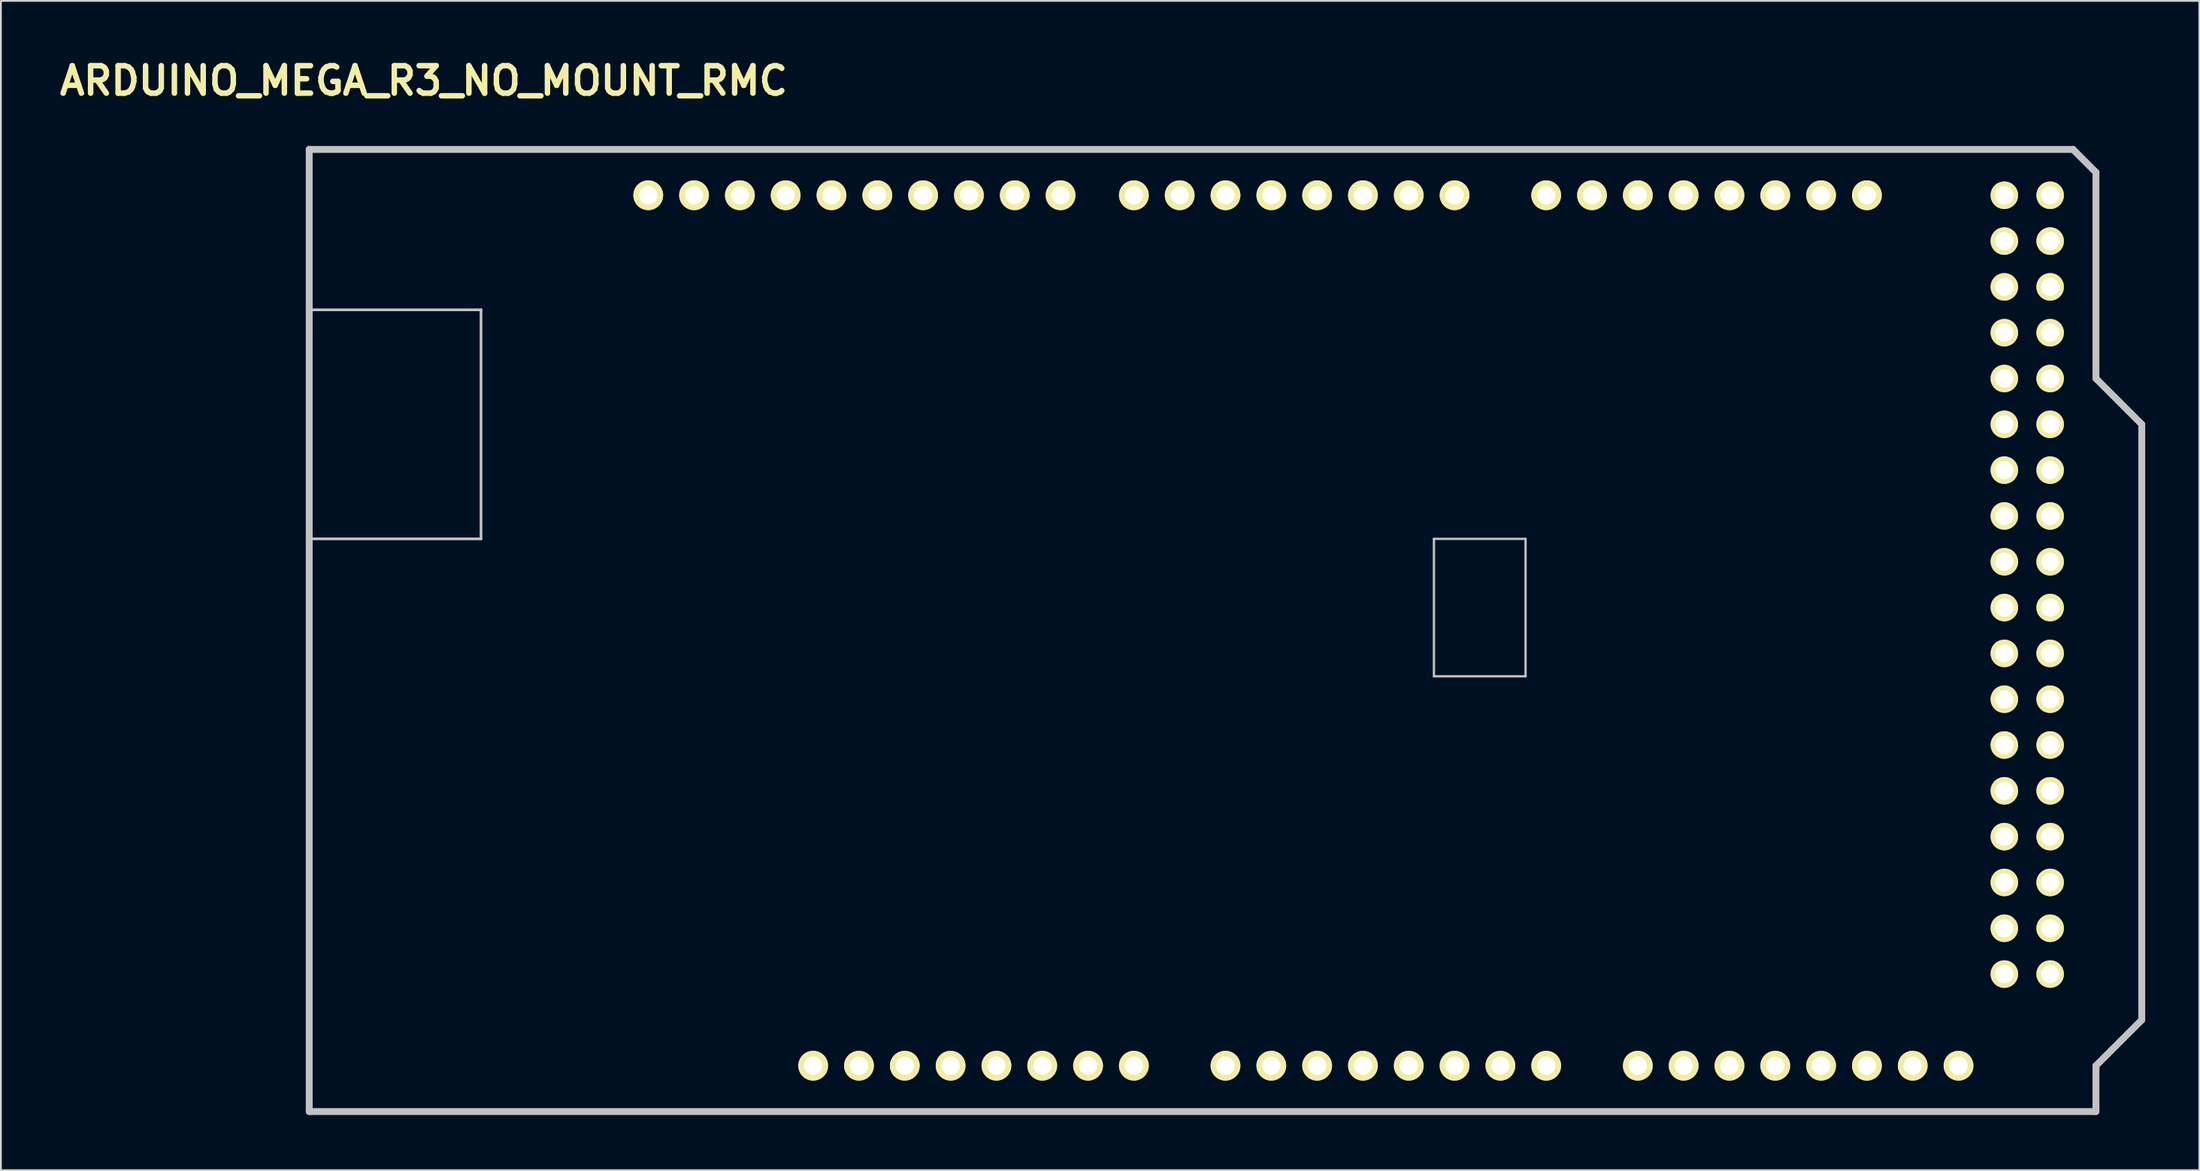
<source format=kicad_pcb>
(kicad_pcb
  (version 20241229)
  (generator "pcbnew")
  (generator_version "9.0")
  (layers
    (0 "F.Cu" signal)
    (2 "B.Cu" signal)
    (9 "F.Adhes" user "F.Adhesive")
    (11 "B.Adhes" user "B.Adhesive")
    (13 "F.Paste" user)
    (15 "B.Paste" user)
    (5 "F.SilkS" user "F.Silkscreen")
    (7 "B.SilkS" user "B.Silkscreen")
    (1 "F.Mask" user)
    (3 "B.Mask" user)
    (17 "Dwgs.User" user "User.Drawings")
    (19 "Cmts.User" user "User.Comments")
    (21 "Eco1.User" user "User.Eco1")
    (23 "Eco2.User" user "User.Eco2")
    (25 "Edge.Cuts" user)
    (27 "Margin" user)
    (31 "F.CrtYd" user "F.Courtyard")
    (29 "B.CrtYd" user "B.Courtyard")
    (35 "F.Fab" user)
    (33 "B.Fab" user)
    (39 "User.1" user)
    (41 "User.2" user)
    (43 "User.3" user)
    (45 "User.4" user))
  (footprint "ARDUINO_MEGA_R3_NO_MOUNT_RMC"
    (layer "F.Cu")
    (at 14.093 58.576)
    (property "Reference" "ARDUINO_MEGA_R3_NO_MOUNT_RMC" (at 6.35 -57.15 0) (layer "F.SilkS") (effects (font (size 1.524 1.524) (thickness 0.305))))
    (attr through_hole)
    (fp_line (start 0 -44.45) (end 9.525 -44.45) (stroke (width 0.15) (type solid)) (layer "Dwgs.User"))
    (fp_line (start 0 0) (end 0 -53.34) (stroke (width 0.381) (type solid)) (layer "Dwgs.User"))
    (fp_line (start 9.525 -44.45) (end 9.525 -31.75) (stroke (width 0.15) (type solid)) (layer "Dwgs.User"))
    (fp_line (start 9.525 -31.75) (end 0 -31.75) (stroke (width 0.15) (type solid)) (layer "Dwgs.User"))
    (fp_line (start 62.357 -31.75) (end 62.357 -24.13) (stroke (width 0.127) (type solid)) (layer "Dwgs.User"))
    (fp_line (start 62.357 -24.13) (end 67.437 -24.13) (stroke (width 0.127) (type solid)) (layer "Dwgs.User"))
    (fp_line (start 67.437 -31.75) (end 62.357 -31.75) (stroke (width 0.127) (type solid)) (layer "Dwgs.User"))
    (fp_line (start 67.437 -24.13) (end 67.437 -31.75) (stroke (width 0.127) (type solid)) (layer "Dwgs.User"))
    (fp_line (start 97.79 -53.34) (end 0 -53.34) (stroke (width 0.381) (type solid)) (layer "Dwgs.User"))
    (fp_line (start 99.06 -52.07) (end 97.79 -53.34) (stroke (width 0.381) (type solid)) (layer "Dwgs.User"))
    (fp_line (start 99.06 -40.64) (end 99.06 -52.07) (stroke (width 0.381) (type solid)) (layer "Dwgs.User"))
    (fp_line (start 99.06 -40.64) (end 101.6 -38.1) (stroke (width 0.381) (type solid)) (layer "Dwgs.User"))
    (fp_line (start 99.06 -2.54) (end 99.06 0) (stroke (width 0.381) (type solid)) (layer "Dwgs.User"))
    (fp_line (start 99.06 0) (end 0 0) (stroke (width 0.381) (type solid)) (layer "Dwgs.User"))
    (fp_line (start 101.6 -38.1) (end 101.6 -5.08) (stroke (width 0.381) (type solid)) (layer "Dwgs.User"))
    (fp_line (start 101.6 -5.08) (end 99.06 -2.54) (stroke (width 0.381) (type solid)) (layer "Dwgs.User"))
    (pad "0" thru_hole circle (at 63.5 -50.8 90) (size 1.651 1.651) (drill 1.016) (layers "*.Cu" "*.Mask" "F.SilkS"))
    (pad "1" thru_hole circle (at 60.96 -50.8 90) (size 1.651 1.651) (drill 1.016) (layers "*.Cu" "*.Mask" "F.SilkS"))
    (pad "2" thru_hole circle (at 58.42 -50.8 90) (size 1.651 1.651) (drill 1.016) (layers "*.Cu" "*.Mask" "F.SilkS"))
    (pad "3" thru_hole circle (at 55.88 -50.8 90) (size 1.651 1.651) (drill 1.016) (layers "*.Cu" "*.Mask" "F.SilkS"))
    (pad "3V3" thru_hole circle (at 35.56 -2.54 90) (size 1.651 1.651) (drill 1.016) (layers "*.Cu" "*.Mask" "F.SilkS"))
    (pad "4" thru_hole circle (at 53.34 -50.8 90) (size 1.651 1.651) (drill 1.016) (layers "*.Cu" "*.Mask" "F.SilkS"))
    (pad "5" thru_hole circle (at 50.8 -50.8 90) (size 1.651 1.651) (drill 1.016) (layers "*.Cu" "*.Mask" "F.SilkS"))
    (pad "5V" thru_hole circle (at 38.1 -2.54 90) (size 1.651 1.651) (drill 1.016) (layers "*.Cu" "*.Mask" "F.SilkS"))
    (pad "5V_4" thru_hole circle (at 93.98 -50.8) (size 1.524 1.524) (drill 1.016) (layers "*.Cu" "*.Mask" "F.SilkS"))
    (pad "5V_5" thru_hole circle (at 96.52 -50.8) (size 1.524 1.524) (drill 1.016) (layers "*.Cu" "*.Mask" "F.SilkS"))
    (pad "6" thru_hole circle (at 48.26 -50.8 90) (size 1.651 1.651) (drill 1.016) (layers "*.Cu" "*.Mask" "F.SilkS"))
    (pad "7" thru_hole circle (at 45.72 -50.8 90) (size 1.651 1.651) (drill 1.016) (layers "*.Cu" "*.Mask" "F.SilkS"))
    (pad "8" thru_hole circle (at 41.656 -50.8 90) (size 1.651 1.651) (drill 1.016) (layers "*.Cu" "*.Mask" "F.SilkS"))
    (pad "9" thru_hole circle (at 39.116 -50.8 90) (size 1.651 1.651) (drill 1.016) (layers "*.Cu" "*.Mask" "F.SilkS"))
    (pad "10" thru_hole circle (at 36.576 -50.8 90) (size 1.651 1.651) (drill 1.016) (layers "*.Cu" "*.Mask" "F.SilkS"))
    (pad "11" thru_hole circle (at 34.036 -50.8 90) (size 1.651 1.651) (drill 1.016) (layers "*.Cu" "*.Mask" "F.SilkS"))
    (pad "12" thru_hole circle (at 31.496 -50.8 90) (size 1.651 1.651) (drill 1.016) (layers "*.Cu" "*.Mask" "F.SilkS"))
    (pad "13" thru_hole circle (at 28.956 -50.8 90) (size 1.651 1.651) (drill 1.016) (layers "*.Cu" "*.Mask" "F.SilkS"))
    (pad "14" thru_hole circle (at 68.58 -50.8 90) (size 1.651 1.651) (drill 1.016) (layers "*.Cu" "*.Mask" "F.SilkS"))
    (pad "15" thru_hole circle (at 71.12 -50.8 90) (size 1.651 1.651) (drill 1.016) (layers "*.Cu" "*.Mask" "F.SilkS"))
    (pad "16" thru_hole circle (at 73.66 -50.8 90) (size 1.651 1.651) (drill 1.016) (layers "*.Cu" "*.Mask" "F.SilkS"))
    (pad "17" thru_hole circle (at 76.2 -50.8 90) (size 1.651 1.651) (drill 1.016) (layers "*.Cu" "*.Mask" "F.SilkS"))
    (pad "18" thru_hole circle (at 78.74 -50.8 90) (size 1.651 1.651) (drill 1.016) (layers "*.Cu" "*.Mask" "F.SilkS"))
    (pad "19" thru_hole circle (at 81.28 -50.8 90) (size 1.651 1.651) (drill 1.016) (layers "*.Cu" "*.Mask" "F.SilkS"))
    (pad "20" thru_hole circle (at 83.82 -50.8 90) (size 1.651 1.651) (drill 1.016) (layers "*.Cu" "*.Mask" "F.SilkS"))
    (pad "21" thru_hole circle (at 86.36 -50.8 90) (size 1.651 1.651) (drill 1.016) (layers "*.Cu" "*.Mask" "F.SilkS"))
    (pad "22" thru_hole circle (at 93.98 -48.26) (size 1.524 1.524) (drill 1.016) (layers "*.Cu" "*.Mask" "F.SilkS"))
    (pad "23" thru_hole circle (at 96.52 -48.26) (size 1.524 1.524) (drill 1.016) (layers "*.Cu" "*.Mask" "F.SilkS"))
    (pad "24" thru_hole circle (at 93.98 -45.72) (size 1.524 1.524) (drill 1.016) (layers "*.Cu" "*.Mask" "F.SilkS"))
    (pad "25" thru_hole circle (at 96.52 -45.72) (size 1.524 1.524) (drill 1.016) (layers "*.Cu" "*.Mask" "F.SilkS"))
    (pad "26" thru_hole circle (at 93.98 -43.18) (size 1.524 1.524) (drill 1.016) (layers "*.Cu" "*.Mask" "F.SilkS"))
    (pad "27" thru_hole circle (at 96.52 -43.18) (size 1.524 1.524) (drill 1.016) (layers "*.Cu" "*.Mask" "F.SilkS"))
    (pad "28" thru_hole circle (at 93.98 -40.64) (size 1.524 1.524) (drill 1.016) (layers "*.Cu" "*.Mask" "F.SilkS"))
    (pad "29" thru_hole circle (at 96.52 -40.64) (size 1.524 1.524) (drill 1.016) (layers "*.Cu" "*.Mask" "F.SilkS"))
    (pad "30" thru_hole circle (at 93.98 -38.1) (size 1.524 1.524) (drill 1.016) (layers "*.Cu" "*.Mask" "F.SilkS"))
    (pad "31" thru_hole circle (at 96.52 -38.1) (size 1.524 1.524) (drill 1.016) (layers "*.Cu" "*.Mask" "F.SilkS"))
    (pad "32" thru_hole circle (at 93.98 -35.56) (size 1.524 1.524) (drill 1.016) (layers "*.Cu" "*.Mask" "F.SilkS"))
    (pad "33" thru_hole circle (at 96.52 -35.56) (size 1.524 1.524) (drill 1.016) (layers "*.Cu" "*.Mask" "F.SilkS"))
    (pad "34" thru_hole circle (at 93.98 -33.02) (size 1.524 1.524) (drill 1.016) (layers "*.Cu" "*.Mask" "F.SilkS"))
    (pad "35" thru_hole circle (at 96.52 -33.02) (size 1.524 1.524) (drill 1.016) (layers "*.Cu" "*.Mask" "F.SilkS"))
    (pad "36" thru_hole circle (at 93.98 -30.48) (size 1.524 1.524) (drill 1.016) (layers "*.Cu" "*.Mask" "F.SilkS"))
    (pad "37" thru_hole circle (at 96.52 -30.48) (size 1.524 1.524) (drill 1.016) (layers "*.Cu" "*.Mask" "F.SilkS"))
    (pad "38" thru_hole circle (at 93.98 -27.94) (size 1.524 1.524) (drill 1.016) (layers "*.Cu" "*.Mask" "F.SilkS"))
    (pad "39" thru_hole circle (at 96.52 -27.94) (size 1.524 1.524) (drill 1.016) (layers "*.Cu" "*.Mask" "F.SilkS"))
    (pad "40" thru_hole circle (at 93.98 -25.4) (size 1.524 1.524) (drill 1.016) (layers "*.Cu" "*.Mask" "F.SilkS"))
    (pad "41" thru_hole circle (at 96.52 -25.4) (size 1.524 1.524) (drill 1.016) (layers "*.Cu" "*.Mask" "F.SilkS"))
    (pad "42" thru_hole circle (at 93.98 -22.86) (size 1.524 1.524) (drill 1.016) (layers "*.Cu" "*.Mask" "F.SilkS"))
    (pad "43" thru_hole circle (at 96.52 -22.86) (size 1.524 1.524) (drill 1.016) (layers "*.Cu" "*.Mask" "F.SilkS"))
    (pad "44" thru_hole circle (at 93.98 -20.32) (size 1.524 1.524) (drill 1.016) (layers "*.Cu" "*.Mask" "F.SilkS"))
    (pad "45" thru_hole circle (at 96.52 -20.32) (size 1.524 1.524) (drill 1.016) (layers "*.Cu" "*.Mask" "F.SilkS"))
    (pad "46" thru_hole circle (at 93.98 -17.78) (size 1.524 1.524) (drill 1.016) (layers "*.Cu" "*.Mask" "F.SilkS"))
    (pad "47" thru_hole circle (at 96.52 -17.78) (size 1.524 1.524) (drill 1.016) (layers "*.Cu" "*.Mask" "F.SilkS"))
    (pad "48" thru_hole circle (at 93.98 -15.24) (size 1.524 1.524) (drill 1.016) (layers "*.Cu" "*.Mask" "F.SilkS"))
    (pad "49" thru_hole circle (at 96.52 -15.24) (size 1.524 1.524) (drill 1.016) (layers "*.Cu" "*.Mask" "F.SilkS"))
    (pad "50" thru_hole circle (at 93.98 -12.7) (size 1.524 1.524) (drill 1.016) (layers "*.Cu" "*.Mask" "F.SilkS"))
    (pad "51" thru_hole circle (at 96.52 -12.7) (size 1.524 1.524) (drill 1.016) (layers "*.Cu" "*.Mask" "F.SilkS"))
    (pad "52" thru_hole circle (at 93.98 -10.16) (size 1.524 1.524) (drill 1.016) (layers "*.Cu" "*.Mask" "F.SilkS"))
    (pad "53" thru_hole circle (at 96.52 -10.16) (size 1.524 1.524) (drill 1.016) (layers "*.Cu" "*.Mask" "F.SilkS"))
    (pad "AD0" thru_hole circle (at 50.8 -2.54 90) (size 1.651 1.651) (drill 1.016) (layers "*.Cu" "*.Mask" "F.SilkS"))
    (pad "AD1" thru_hole circle (at 53.34 -2.54 90) (size 1.651 1.651) (drill 1.016) (layers "*.Cu" "*.Mask" "F.SilkS"))
    (pad "AD2" thru_hole circle (at 55.88 -2.54 90) (size 1.651 1.651) (drill 1.016) (layers "*.Cu" "*.Mask" "F.SilkS"))
    (pad "AD3" thru_hole circle (at 58.42 -2.54 90) (size 1.651 1.651) (drill 1.016) (layers "*.Cu" "*.Mask" "F.SilkS"))
    (pad "AD4" thru_hole circle (at 60.96 -2.54 90) (size 1.651 1.651) (drill 1.016) (layers "*.Cu" "*.Mask" "F.SilkS"))
    (pad "AD5" thru_hole circle (at 63.5 -2.54 90) (size 1.651 1.651) (drill 1.016) (layers "*.Cu" "*.Mask" "F.SilkS"))
    (pad "AD6" thru_hole circle (at 66.04 -2.54 90) (size 1.651 1.651) (drill 1.016) (layers "*.Cu" "*.Mask" "F.SilkS"))
    (pad "AD7" thru_hole circle (at 68.58 -2.54 90) (size 1.651 1.651) (drill 1.016) (layers "*.Cu" "*.Mask" "F.SilkS"))
    (pad "AD8" thru_hole circle (at 73.66 -2.54 90) (size 1.651 1.651) (drill 1.016) (layers "*.Cu" "*.Mask" "F.SilkS"))
    (pad "AD9" thru_hole circle (at 76.2 -2.54 90) (size 1.651 1.651) (drill 1.016) (layers "*.Cu" "*.Mask" "F.SilkS"))
    (pad "AD10" thru_hole circle (at 78.74 -2.54 90) (size 1.651 1.651) (drill 1.016) (layers "*.Cu" "*.Mask" "F.SilkS"))
    (pad "AD11" thru_hole circle (at 81.28 -2.54 90) (size 1.651 1.651) (drill 1.016) (layers "*.Cu" "*.Mask" "F.SilkS"))
    (pad "AD12" thru_hole circle (at 83.82 -2.54 90) (size 1.651 1.651) (drill 1.016) (layers "*.Cu" "*.Mask" "F.SilkS"))
    (pad "AD13" thru_hole circle (at 86.36 -2.54 90) (size 1.651 1.651) (drill 1.016) (layers "*.Cu" "*.Mask" "F.SilkS"))
    (pad "AD14" thru_hole circle (at 88.9 -2.54 90) (size 1.651 1.651) (drill 1.016) (layers "*.Cu" "*.Mask" "F.SilkS"))
    (pad "AD15" thru_hole circle (at 91.44 -2.54 90) (size 1.651 1.651) (drill 1.016) (layers "*.Cu" "*.Mask" "F.SilkS"))
    (pad "AREF" thru_hole circle (at 23.876 -50.8 90) (size 1.651 1.651) (drill 1.016) (layers "*.Cu" "*.Mask" "F.SilkS"))
    (pad "GND" thru_hole circle (at 26.416 -50.8 90) (size 1.651 1.651) (drill 1.016) (layers "*.Cu" "*.Mask" "F.SilkS"))
    (pad "GND" thru_hole circle (at 40.64 -2.54 90) (size 1.651 1.651) (drill 1.016) (layers "*.Cu" "*.Mask" "F.SilkS"))
    (pad "GND" thru_hole circle (at 43.18 -2.54 90) (size 1.651 1.651) (drill 1.016) (layers "*.Cu" "*.Mask" "F.SilkS"))
    (pad "GND4" thru_hole circle (at 93.98 -7.62) (size 1.524 1.524) (drill 1.016) (layers "*.Cu" "*.Mask" "F.SilkS"))
    (pad "GND5" thru_hole circle (at 96.52 -7.62) (size 1.524 1.524) (drill 1.016) (layers "*.Cu" "*.Mask" "F.SilkS"))
    (pad "IORF" thru_hole circle (at 30.48 -2.54 90) (size 1.651 1.651) (drill 1.016) (layers "*.Cu" "*.Mask" "F.SilkS"))
    (pad "NC1" thru_hole circle (at 27.94 -2.54 90) (size 1.651 1.651) (drill 1.016) (layers "*.Cu" "*.Mask" "F.SilkS"))
    (pad "RST" thru_hole circle (at 33.02 -2.54 90) (size 1.651 1.651) (drill 1.016) (layers "*.Cu" "*.Mask" "F.SilkS"))
    (pad "SCL1" thru_hole circle (at 18.796 -50.8 90) (size 1.651 1.651) (drill 1.016) (layers "*.Cu" "*.Mask" "F.SilkS"))
    (pad "SDA1" thru_hole circle (at 21.336 -50.8 90) (size 1.651 1.651) (drill 1.016) (layers "*.Cu" "*.Mask" "F.SilkS"))
    (pad "V_IN" thru_hole circle (at 45.72 -2.54 90) (size 1.651 1.651) (drill 1.016) (layers "*.Cu" "*.Mask" "F.SilkS")))
  (gr_rect
    (start -3 -3)
    (end 118.884 61.826)
    (stroke (width 0.1) (type default))
    (fill no)
    (layer "Edge.Cuts")))
</source>
